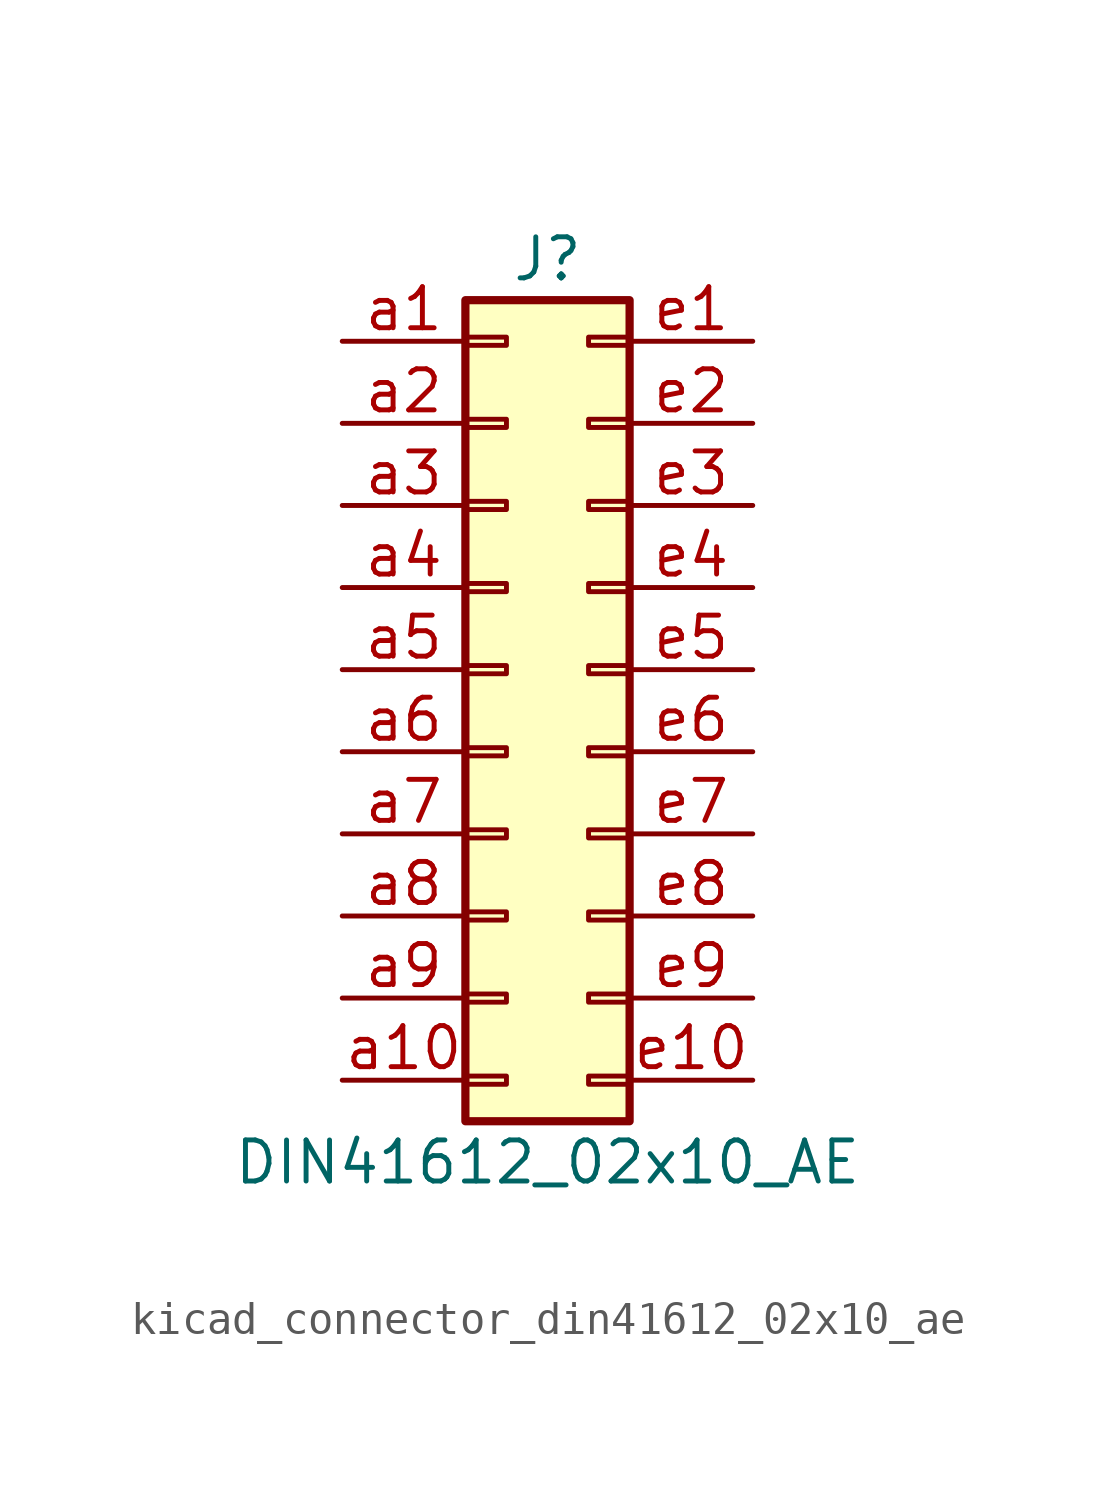
<source format=kicad_sym>
(kicad_symbol_lib
  (version 20220914)
  (generator kicad_symbol_editor)
  (symbol "kicad_connector_din41612_02x10_ae"
    (pin_names
      (offset 1.016) hide)
    (property "Reference" "J"
      (at 1.27 12.7 0)
      (effects (font (size 1.27 1.27))))
    (property "Value" "DIN41612_02x10_AE"
      (at 1.27 -15.24 0)
      (effects (font (size 1.27 1.27))))
    (symbol "kicad_connector_din41612_02x10_ae_1_1"
      (rectangle (start -1.27 -12.573) (end 0 -12.827) (stroke (width 0.152) (type default)) (fill (type none)))
      (rectangle (start -1.27 -10.033) (end 0 -10.287) (stroke (width 0.152) (type default)) (fill (type none)))
      (rectangle (start -1.27 -7.493) (end 0 -7.747) (stroke (width 0.152) (type default)) (fill (type none)))
      (rectangle (start -1.27 -4.953) (end 0 -5.207) (stroke (width 0.152) (type default)) (fill (type none)))
      (rectangle (start -1.27 -2.413) (end 0 -2.667) (stroke (width 0.152) (type default)) (fill (type none)))
      (rectangle (start -1.27 0.127) (end 0 -0.127) (stroke (width 0.152) (type default)) (fill (type none)))
      (rectangle (start -1.27 2.667) (end 0 2.413) (stroke (width 0.152) (type default)) (fill (type none)))
      (rectangle (start -1.27 5.207) (end 0 4.953) (stroke (width 0.152) (type default)) (fill (type none)))
      (rectangle (start -1.27 7.747) (end 0 7.493) (stroke (width 0.152) (type default)) (fill (type none)))
      (rectangle (start -1.27 10.287) (end 0 10.033) (stroke (width 0.152) (type default)) (fill (type none)))
      (rectangle (start -1.27 11.43) (end 3.81 -13.97) (stroke (width 0.254) (type default)) (fill (type background)))
      (rectangle (start 3.81 -12.573) (end 2.54 -12.827) (stroke (width 0.152) (type default)) (fill (type none)))
      (rectangle (start 3.81 -10.033) (end 2.54 -10.287) (stroke (width 0.152) (type default)) (fill (type none)))
      (rectangle (start 3.81 -7.493) (end 2.54 -7.747) (stroke (width 0.152) (type default)) (fill (type none)))
      (rectangle (start 3.81 -4.953) (end 2.54 -5.207) (stroke (width 0.152) (type default)) (fill (type none)))
      (rectangle (start 3.81 -2.413) (end 2.54 -2.667) (stroke (width 0.152) (type default)) (fill (type none)))
      (rectangle (start 3.81 0.127) (end 2.54 -0.127) (stroke (width 0.152) (type default)) (fill (type none)))
      (rectangle (start 3.81 2.667) (end 2.54 2.413) (stroke (width 0.152) (type default)) (fill (type none)))
      (rectangle (start 3.81 5.207) (end 2.54 4.953) (stroke (width 0.152) (type default)) (fill (type none)))
      (rectangle (start 3.81 7.747) (end 2.54 7.493) (stroke (width 0.152) (type default)) (fill (type none)))
      (rectangle (start 3.81 10.287) (end 2.54 10.033) (stroke (width 0.152) (type default)) (fill (type none)))
      (pin passive line (at -5.08 10.16 0) (length 3.81) (name "Pin_a1" (effects (font (size 1.27 1.27)))) (number "a1" (effects (font (size 1.27 1.27)))))
      (pin passive line (at -5.08 -12.7 0) (length 3.81) (name "Pin_a10" (effects (font (size 1.27 1.27)))) (number "a10" (effects (font (size 1.27 1.27)))))
      (pin passive line (at -5.08 7.62 0) (length 3.81) (name "Pin_a2" (effects (font (size 1.27 1.27)))) (number "a2" (effects (font (size 1.27 1.27)))))
      (pin passive line (at -5.08 5.08 0) (length 3.81) (name "Pin_a3" (effects (font (size 1.27 1.27)))) (number "a3" (effects (font (size 1.27 1.27)))))
      (pin passive line (at -5.08 2.54 0) (length 3.81) (name "Pin_a4" (effects (font (size 1.27 1.27)))) (number "a4" (effects (font (size 1.27 1.27)))))
      (pin passive line (at -5.08 0 0) (length 3.81) (name "Pin_a5" (effects (font (size 1.27 1.27)))) (number "a5" (effects (font (size 1.27 1.27)))))
      (pin passive line (at -5.08 -2.54 0) (length 3.81) (name "Pin_a6" (effects (font (size 1.27 1.27)))) (number "a6" (effects (font (size 1.27 1.27)))))
      (pin passive line (at -5.08 -5.08 0) (length 3.81) (name "Pin_a7" (effects (font (size 1.27 1.27)))) (number "a7" (effects (font (size 1.27 1.27)))))
      (pin passive line (at -5.08 -7.62 0) (length 3.81) (name "Pin_a8" (effects (font (size 1.27 1.27)))) (number "a8" (effects (font (size 1.27 1.27)))))
      (pin passive line (at -5.08 -10.16 0) (length 3.81) (name "Pin_a9" (effects (font (size 1.27 1.27)))) (number "a9" (effects (font (size 1.27 1.27)))))
      (pin passive line (at 7.62 10.16 180) (length 3.81) (name "Pin_e1" (effects (font (size 1.27 1.27)))) (number "e1" (effects (font (size 1.27 1.27)))))
      (pin passive line (at 7.62 -12.7 180) (length 3.81) (name "Pin_e10" (effects (font (size 1.27 1.27)))) (number "e10" (effects (font (size 1.27 1.27)))))
      (pin passive line (at 7.62 7.62 180) (length 3.81) (name "Pin_e2" (effects (font (size 1.27 1.27)))) (number "e2" (effects (font (size 1.27 1.27)))))
      (pin passive line (at 7.62 5.08 180) (length 3.81) (name "Pin_e3" (effects (font (size 1.27 1.27)))) (number "e3" (effects (font (size 1.27 1.27)))))
      (pin passive line (at 7.62 2.54 180) (length 3.81) (name "Pin_e4" (effects (font (size 1.27 1.27)))) (number "e4" (effects (font (size 1.27 1.27)))))
      (pin passive line (at 7.62 0 180) (length 3.81) (name "Pin_e5" (effects (font (size 1.27 1.27)))) (number "e5" (effects (font (size 1.27 1.27)))))
      (pin passive line (at 7.62 -2.54 180) (length 3.81) (name "Pin_e6" (effects (font (size 1.27 1.27)))) (number "e6" (effects (font (size 1.27 1.27)))))
      (pin passive line (at 7.62 -5.08 180) (length 3.81) (name "Pin_e7" (effects (font (size 1.27 1.27)))) (number "e7" (effects (font (size 1.27 1.27)))))
      (pin passive line (at 7.62 -7.62 180) (length 3.81) (name "Pin_e8" (effects (font (size 1.27 1.27)))) (number "e8" (effects (font (size 1.27 1.27)))))
      (pin passive line (at 7.62 -10.16 180) (length 3.81) (name "Pin_e9" (effects (font (size 1.27 1.27)))) (number "e9" (effects (font (size 1.27 1.27))))))))
</source>
